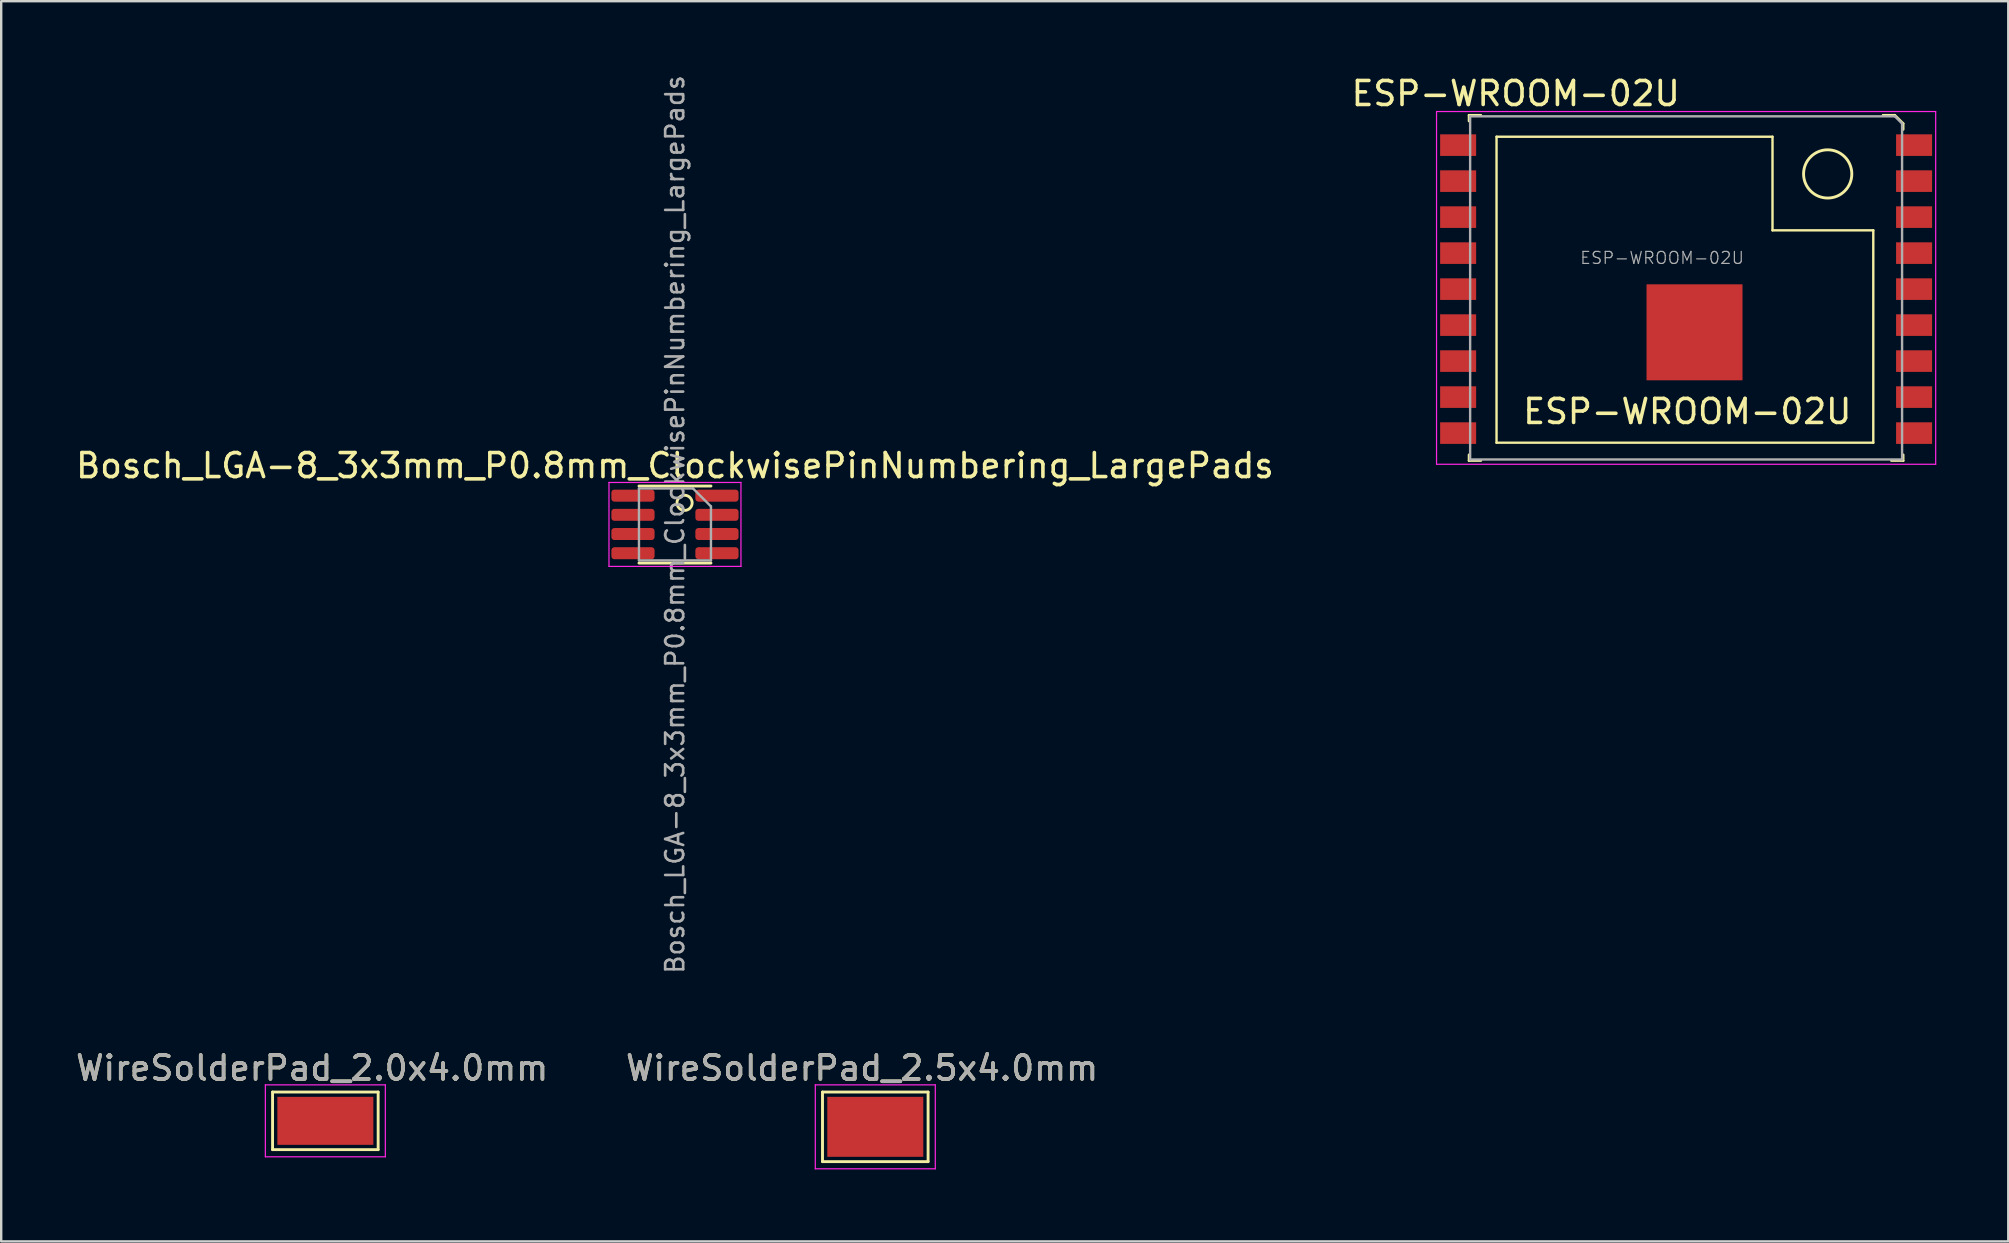
<source format=kicad_pcb>
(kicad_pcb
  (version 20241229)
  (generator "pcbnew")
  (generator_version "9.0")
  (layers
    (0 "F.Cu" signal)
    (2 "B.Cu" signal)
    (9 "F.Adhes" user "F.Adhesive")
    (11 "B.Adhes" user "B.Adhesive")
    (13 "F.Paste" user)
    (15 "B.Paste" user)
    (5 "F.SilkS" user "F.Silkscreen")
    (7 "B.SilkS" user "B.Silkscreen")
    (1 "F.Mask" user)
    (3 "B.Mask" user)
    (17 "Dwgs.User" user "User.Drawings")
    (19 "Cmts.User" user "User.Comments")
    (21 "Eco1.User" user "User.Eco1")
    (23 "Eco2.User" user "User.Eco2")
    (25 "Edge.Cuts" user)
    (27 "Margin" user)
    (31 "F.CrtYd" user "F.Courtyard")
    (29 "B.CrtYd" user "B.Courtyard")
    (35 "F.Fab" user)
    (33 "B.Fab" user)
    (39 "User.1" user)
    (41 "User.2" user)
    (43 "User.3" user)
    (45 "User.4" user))
  (footprint "Bosch_LGA-8_3x3mm_P0.8mm_ClockwisePinNumbering_LargePads"
    (layer "F.Cu")
    (at 25.077 18.804)
    (property "Reference" "Bosch_LGA-8_3x3mm_P0.8mm_ClockwisePinNumbering_LargePads" (at 0 -2.45 0) (layer "F.SilkS") (effects (font (size 1 1) (thickness 0.15))))
    (attr smd)
    (fp_line (start 1.5 -1.6) (end -1.5 -1.6) (stroke (width 0.12) (type solid)) (layer "F.SilkS"))
    (fp_line (start 1.5 1.61) (end -1.5 1.61) (stroke (width 0.12) (type solid)) (layer "F.SilkS"))
    (fp_circle (center 0.4 -0.9) (end 0.1 -0.8) (stroke (width 0.12) (type solid)) (fill no) (layer "F.SilkS"))
    (fp_line (start -2.75 -1.75) (end -2.75 1.75) (stroke (width 0.05) (type solid)) (layer "F.CrtYd"))
    (fp_line (start -2.75 1.75) (end 2.75 1.75) (stroke (width 0.05) (type solid)) (layer "F.CrtYd"))
    (fp_line (start 2.75 -1.75) (end -2.75 -1.75) (stroke (width 0.05) (type solid)) (layer "F.CrtYd"))
    (fp_line (start 2.75 1.75) (end 2.75 -1.75) (stroke (width 0.05) (type solid)) (layer "F.CrtYd"))
    (fp_line (start -1.5 -1.5) (end 0.75 -1.5) (stroke (width 0.1) (type solid)) (layer "F.Fab"))
    (fp_line (start -1.5 1.5) (end -1.5 -1.5) (stroke (width 0.1) (type solid)) (layer "F.Fab"))
    (fp_line (start 0.75 -1.5) (end 1.5 -0.75) (stroke (width 0.1) (type solid)) (layer "F.Fab"))
    (fp_line (start 1.5 -0.75) (end 1.5 1.5) (stroke (width 0.1) (type solid)) (layer "F.Fab"))
    (fp_line (start 1.5 1.5) (end -1.5 1.5) (stroke (width 0.1) (type solid)) (layer "F.Fab"))
    (fp_text user "${REFERENCE}" (at 0 0 270) (layer "F.Fab") (effects (font (size 0.75 0.75) (thickness 0.11))))
    (pad "1" smd roundrect (at 1.75 -1.2 270) (size 0.5 1.8) (layers "F.Cu" "F.Mask" "F.Paste") (roundrect_rratio 0.25))
    (pad "2" smd roundrect (at 1.75 -0.4 270) (size 0.5 1.8) (layers "F.Cu" "F.Mask" "F.Paste") (roundrect_rratio 0.25))
    (pad "3" smd roundrect (at 1.75 0.4 270) (size 0.5 1.8) (layers "F.Cu" "F.Mask" "F.Paste") (roundrect_rratio 0.25))
    (pad "4" smd roundrect (at 1.75 1.2 270) (size 0.5 1.8) (layers "F.Cu" "F.Mask" "F.Paste") (roundrect_rratio 0.25))
    (pad "5" smd roundrect (at -1.75 1.2 270) (size 0.5 1.8) (layers "F.Cu" "F.Mask" "F.Paste") (roundrect_rratio 0.25))
    (pad "6" smd roundrect (at -1.75 0.4 270) (size 0.5 1.8) (layers "F.Cu" "F.Mask" "F.Paste") (roundrect_rratio 0.25))
    (pad "7" smd roundrect (at -1.75 -0.4 270) (size 0.5 1.8) (layers "F.Cu" "F.Mask" "F.Paste") (roundrect_rratio 0.25))
    (pad "8" smd roundrect (at -1.75 -1.2 270) (size 0.5 1.8) (layers "F.Cu" "F.Mask" "F.Paste") (roundrect_rratio 0.25)))
  (footprint "ESP-WROOM-02U"
    (layer "F.Cu")
    (at 66.613 8.998)
    (property "Reference" "ESP-WROOM-02U" (at -6.5 -8.15 0) (layer "F.SilkS") (effects (font (size 1 1) (thickness 0.15))))
    (attr smd)
    (fp_line (start -8.45 -7.25) (end -8.45 -7) (stroke (width 0.1) (type solid)) (layer "F.SilkS"))
    (fp_line (start -8.45 -7.25) (end -7.95 -7.25) (stroke (width 0.1) (type solid)) (layer "F.SilkS"))
    (fp_line (start -8.45 6.9) (end -8.45 7.15) (stroke (width 0.1) (type solid)) (layer "F.SilkS"))
    (fp_line (start -8.45 7.15) (end -7.95 7.15) (stroke (width 0.1) (type solid)) (layer "F.SilkS"))
    (fp_line (start -7.3 -6.35) (end 4.2 -6.35) (stroke (width 0.1) (type solid)) (layer "F.SilkS"))
    (fp_line (start -7.3 6.4) (end -7.3 -6.35) (stroke (width 0.1) (type solid)) (layer "F.SilkS"))
    (fp_line (start -7.3 6.4) (end 8.4 6.4) (stroke (width 0.1) (type solid)) (layer "F.SilkS"))
    (fp_line (start 4.2 -6.35) (end 4.2 -2.45) (stroke (width 0.1) (type solid)) (layer "F.SilkS"))
    (fp_line (start 8.4 -2.45) (end 4.2 -2.45) (stroke (width 0.1) (type solid)) (layer "F.SilkS"))
    (fp_line (start 8.4 6.4) (end 8.4 -2.45) (stroke (width 0.1) (type solid)) (layer "F.SilkS"))
    (fp_line (start 8.8 -7.25) (end 9.3 -7.25) (stroke (width 0.1) (type solid)) (layer "F.SilkS"))
    (fp_line (start 9.15 7.15) (end 9.65 7.15) (stroke (width 0.1) (type solid)) (layer "F.SilkS"))
    (fp_line (start 9.3 -7.25) (end 9.65 -6.9) (stroke (width 0.1) (type solid)) (layer "F.SilkS"))
    (fp_line (start 9.65 -6.9) (end 9.65 -6.65) (stroke (width 0.1) (type solid)) (layer "F.SilkS"))
    (fp_line (start 9.65 6.9) (end 9.65 7.15) (stroke (width 0.1) (type solid)) (layer "F.SilkS"))
    (fp_circle (center 6.5 -4.8) (end 6.6 -5.8) (stroke (width 0.12) (type solid)) (fill no) (layer "F.SilkS"))
    (fp_line (start -9.8 -7.4) (end 11 -7.4) (stroke (width 0.05) (type solid)) (layer "F.CrtYd"))
    (fp_line (start -9.8 7.3) (end -9.8 -7.4) (stroke (width 0.05) (type solid)) (layer "F.CrtYd"))
    (fp_line (start 11 -7.4) (end 11 7.3) (stroke (width 0.05) (type solid)) (layer "F.CrtYd"))
    (fp_line (start 11 7.3) (end -9.8 7.3) (stroke (width 0.05) (type solid)) (layer "F.CrtYd"))
    (fp_line (start -8.4 -7.2) (end 9.3 -7.2) (stroke (width 0.1) (type solid)) (layer "F.Fab"))
    (fp_line (start -8.4 7.1) (end -8.4 -7.2) (stroke (width 0.1) (type solid)) (layer "F.Fab"))
    (fp_line (start 9.6 -6.9) (end 9.3 -7.2) (stroke (width 0.1) (type solid)) (layer "F.Fab"))
    (fp_line (start 9.6 -6.9) (end 9.6 7.1) (stroke (width 0.1) (type solid)) (layer "F.Fab"))
    (fp_line (start 9.6 7.1) (end -8.4 7.1) (stroke (width 0.1) (type solid)) (layer "F.Fab"))
    (fp_text user "ESP-WROOM-02U" (at 0.65 5.1 0) (layer "F.SilkS") (effects (font (size 1 1) (thickness 0.15))))
    (fp_text user "${REFERENCE}" (at -0.4 -1.3 0) (layer "F.Fab") (effects (font (size 0.5 0.5) (thickness 0.05))))
    (pad "1" smd rect (at -8.9 -6) (size 1.5 0.9) (layers "F.Cu" "F.Mask" "F.Paste"))
    (pad "2" smd rect (at -8.9 -4.5) (size 1.5 0.9) (layers "F.Cu" "F.Mask" "F.Paste"))
    (pad "3" smd rect (at -8.9 -3) (size 1.5 0.9) (layers "F.Cu" "F.Mask" "F.Paste"))
    (pad "4" smd rect (at -8.9 -1.5) (size 1.5 0.9) (layers "F.Cu" "F.Mask" "F.Paste"))
    (pad "5" smd rect (at -8.9 0) (size 1.5 0.9) (layers "F.Cu" "F.Mask" "F.Paste"))
    (pad "6" smd rect (at -8.9 1.5) (size 1.5 0.9) (layers "F.Cu" "F.Mask" "F.Paste"))
    (pad "7" smd rect (at -8.9 3) (size 1.5 0.9) (layers "F.Cu" "F.Mask" "F.Paste"))
    (pad "8" smd rect (at -8.9 4.5) (size 1.5 0.9) (layers "F.Cu" "F.Mask" "F.Paste"))
    (pad "9" smd rect (at -8.9 6) (size 1.5 0.9) (layers "F.Cu" "F.Mask" "F.Paste"))
    (pad "10" smd rect (at 10.1 6) (size 1.5 0.9) (layers "F.Cu" "F.Mask" "F.Paste"))
    (pad "11" smd rect (at 10.1 4.5) (size 1.5 0.9) (layers "F.Cu" "F.Mask" "F.Paste"))
    (pad "12" smd rect (at 10.1 3) (size 1.5 0.9) (layers "F.Cu" "F.Mask" "F.Paste"))
    (pad "13" smd rect (at 10.1 1.5) (size 1.5 0.9) (layers "F.Cu" "F.Mask" "F.Paste"))
    (pad "14" smd rect (at 10.1 0) (size 1.5 0.9) (layers "F.Cu" "F.Mask" "F.Paste"))
    (pad "15" smd rect (at 10.1 -1.5) (size 1.5 0.9) (layers "F.Cu" "F.Mask" "F.Paste"))
    (pad "16" smd rect (at 10.1 -3) (size 1.5 0.9) (layers "F.Cu" "F.Mask" "F.Paste"))
    (pad "17" smd rect (at 10.1 -4.5) (size 1.5 0.9) (layers "F.Cu" "F.Mask" "F.Paste"))
    (pad "18" smd rect (at 10.1 -6) (size 1.5 0.9) (layers "F.Cu" "F.Mask" "F.Paste"))
    (pad "19" smd rect (at 0.95 1.8) (size 4 4) (layers "F.Cu" "F.Mask" "F.Paste")))
  (footprint "WireSolderPad_2.0x4.0mm"
    (layer "F.Cu")
    (at 10.508 43.907)
    (property "Reference" "WireSolderPad_2.0x4.0mm" (at -0.55 -2.45 0) (layer "F.SilkS") (effects (font (size 1 1) (thickness 0.15))))
    (attr exclude_from_pos_files exclude_from_bom)
    (fp_line (start -2.2 -1.45) (end 2.2 -1.45) (stroke (width 0.12) (type solid)) (layer "F.SilkS"))
    (fp_line (start -2.2 0.95) (end -2.2 -1.45) (stroke (width 0.12) (type solid)) (layer "F.SilkS"))
    (fp_line (start 2.2 -1.45) (end 2.2 0.95) (stroke (width 0.12) (type solid)) (layer "F.SilkS"))
    (fp_line (start 2.2 0.95) (end -2.2 0.95) (stroke (width 0.12) (type solid)) (layer "F.SilkS"))
    (fp_line (start -2.5 -1.75) (end -2.5 1.25) (stroke (width 0.05) (type solid)) (layer "F.CrtYd"))
    (fp_line (start -2.5 -1.75) (end 2.5 -1.75) (stroke (width 0.05) (type solid)) (layer "F.CrtYd"))
    (fp_line (start 2.5 1.25) (end -2.5 1.25) (stroke (width 0.05) (type solid)) (layer "F.CrtYd"))
    (fp_line (start 2.5 1.25) (end 2.5 -1.75) (stroke (width 0.05) (type solid)) (layer "F.CrtYd"))
    (fp_text user "${REFERENCE}" (at -0.55 -2.45 0) (layer "F.Fab") (effects (font (size 1 1) (thickness 0.15))))
    (pad "1" smd rect (at 0 -0.25) (size 4 2) (layers "F.Cu" "F.Mask")))
  (footprint "WireSolderPad_2.5x4.0mm"
    (layer "F.Cu")
    (at 33.425 43.907)
    (property "Reference" "WireSolderPad_2.5x4.0mm" (at -0.55 -2.45 0) (layer "F.SilkS") (effects (font (size 1 1) (thickness 0.15))))
    (attr exclude_from_pos_files exclude_from_bom)
    (fp_line (start -2.2 -1.45) (end 2.2 -1.45) (stroke (width 0.12) (type solid)) (layer "F.SilkS"))
    (fp_line (start -2.2 1.45) (end -2.2 -1.45) (stroke (width 0.12) (type solid)) (layer "F.SilkS"))
    (fp_line (start 2.2 -1.45) (end 2.2 1.45) (stroke (width 0.12) (type solid)) (layer "F.SilkS"))
    (fp_line (start 2.2 1.45) (end -2.2 1.45) (stroke (width 0.12) (type solid)) (layer "F.SilkS"))
    (fp_line (start -2.5 -1.75) (end -2.5 1.75) (stroke (width 0.05) (type solid)) (layer "F.CrtYd"))
    (fp_line (start -2.5 -1.75) (end 2.5 -1.75) (stroke (width 0.05) (type solid)) (layer "F.CrtYd"))
    (fp_line (start 2.5 1.75) (end -2.5 1.75) (stroke (width 0.05) (type solid)) (layer "F.CrtYd"))
    (fp_line (start 2.5 1.75) (end 2.5 -1.75) (stroke (width 0.05) (type solid)) (layer "F.CrtYd"))
    (fp_text user "${REFERENCE}" (at -0.55 -2.45 0) (layer "F.Fab") (effects (font (size 1 1) (thickness 0.15))))
    (pad "1" smd rect (at 0 0) (size 4 2.5) (layers "F.Cu" "F.Mask")))
  (gr_rect
    (start -3 -3)
    (end 80.638 48.682)
    (stroke (width 0.1) (type default))
    (fill no)
    (layer "Edge.Cuts")))
</source>
